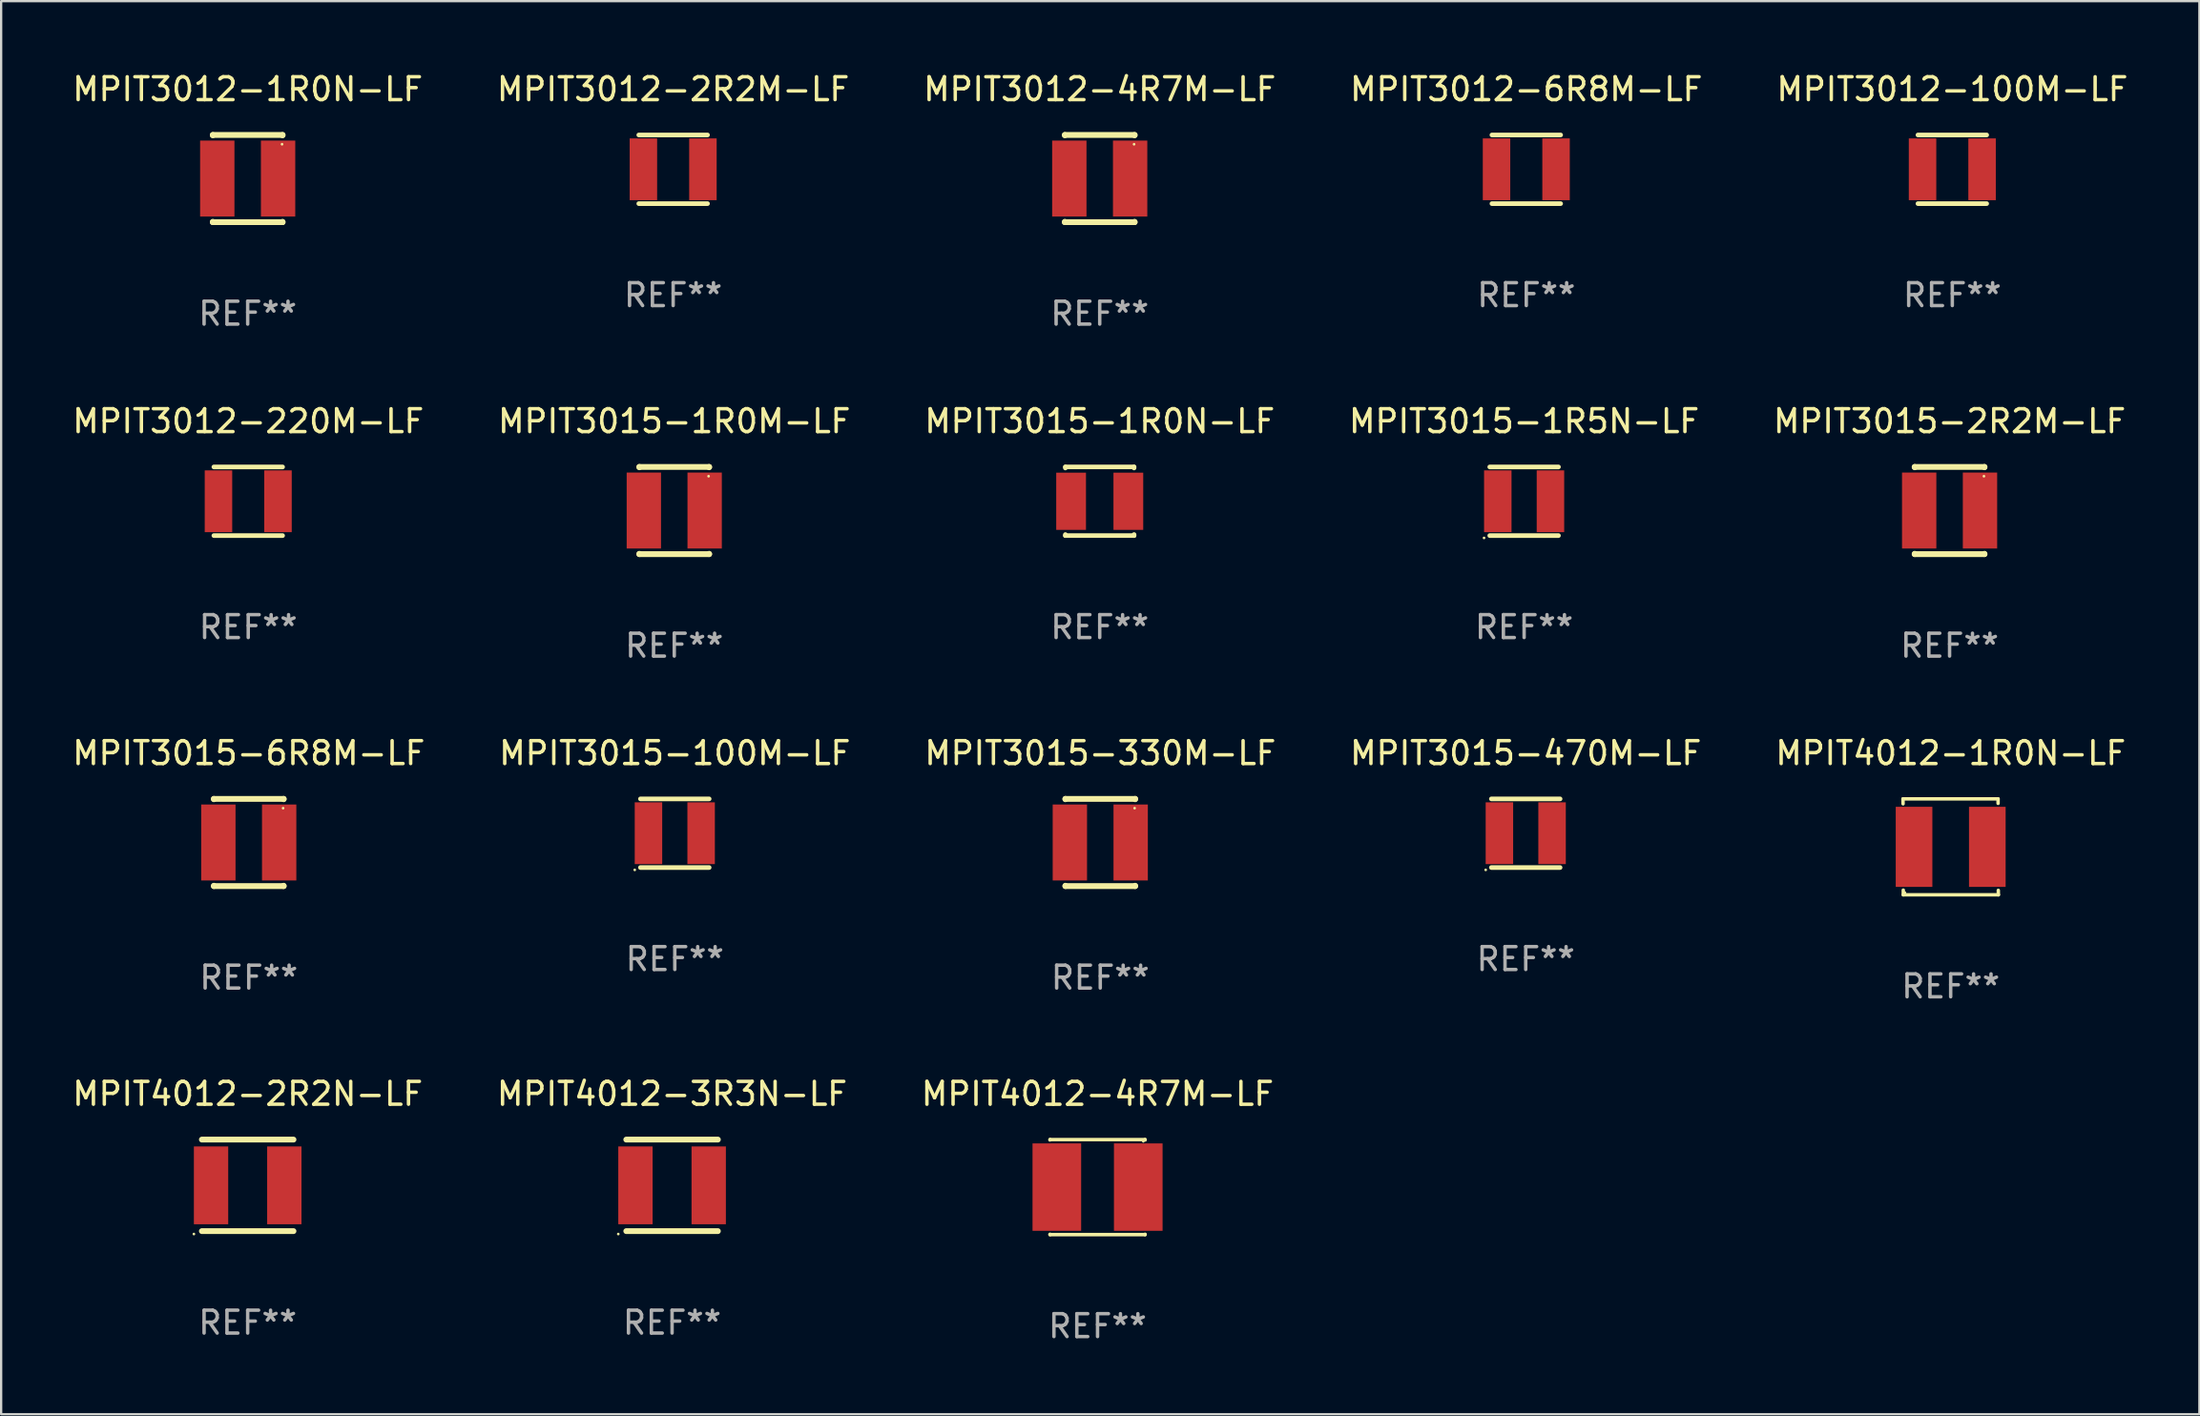
<source format=kicad_pcb>
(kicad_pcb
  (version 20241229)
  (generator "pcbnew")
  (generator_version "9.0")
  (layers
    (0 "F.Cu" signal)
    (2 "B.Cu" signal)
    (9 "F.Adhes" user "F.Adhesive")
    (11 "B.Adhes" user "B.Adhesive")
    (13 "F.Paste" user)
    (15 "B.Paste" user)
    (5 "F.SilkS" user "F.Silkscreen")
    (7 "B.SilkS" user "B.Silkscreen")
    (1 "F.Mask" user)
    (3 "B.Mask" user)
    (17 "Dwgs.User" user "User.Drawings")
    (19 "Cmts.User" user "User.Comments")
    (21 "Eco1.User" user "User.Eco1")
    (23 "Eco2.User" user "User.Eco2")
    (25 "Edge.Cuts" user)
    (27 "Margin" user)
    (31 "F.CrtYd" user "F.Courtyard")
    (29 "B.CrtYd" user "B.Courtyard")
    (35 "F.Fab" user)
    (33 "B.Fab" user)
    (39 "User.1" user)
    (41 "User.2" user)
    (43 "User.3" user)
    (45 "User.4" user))
  (footprint "MPIT3015-1R0N-LF"
    (layer "F.Cu")
    (at 44.982 18.855)
    (property "Reference" "MPIT3015-1R0N-LF" (at 0 -3.5 0) (layer "F.SilkS") (effects (font (size 1 1) (thickness 0.15))))
    (attr through_hole)
    (fp_line (start -1.5 -1.5) (end -1.5 -1.454) (stroke (width 0.2) (type solid)) (layer "F.SilkS"))
    (fp_line (start -1.5 -1.5) (end 1.5 -1.5) (stroke (width 0.2) (type solid)) (layer "F.SilkS"))
    (fp_line (start -1.5 1.454) (end -1.5 1.5) (stroke (width 0.2) (type solid)) (layer "F.SilkS"))
    (fp_line (start -1.5 1.5) (end 1.5 1.5) (stroke (width 0.2) (type solid)) (layer "F.SilkS"))
    (fp_line (start 1.5 -1.454) (end 1.5 -1.5) (stroke (width 0.2) (type solid)) (layer "F.SilkS"))
    (fp_line (start 1.5 1.5) (end 1.5 1.454) (stroke (width 0.2) (type solid)) (layer "F.SilkS"))
    (fp_circle (center -1.5 1.5) (end -1.47 1.5) (stroke (width 0.06) (type solid)) (fill no) (layer "F.SilkS"))
    (fp_text user "REF**" (at 0 5.5 0) (layer "F.Fab") (effects (font (size 1 1) (thickness 0.15))))
    (pad "1" smd rect (at -1.25 0) (size 1.3 2.5) (layers "F.Cu" "F.Mask" "F.Paste"))
    (pad "2" smd rect (at 1.25 0) (size 1.3 2.5) (layers "F.Cu" "F.Mask" "F.Paste")))
  (footprint "MPIT3015-1R0M-LF"
    (layer "F.Cu")
    (at 26.399 19.26)
    (property "Reference" "MPIT3015-1R0M-LF" (at 0 -3.905 0) (layer "F.SilkS") (effects (font (size 1 1) (thickness 0.15))))
    (attr through_hole)
    (fp_line (start -1.524 -1.905) (end 1.524 -1.905) (stroke (width 0.254) (type solid)) (layer "F.SilkS"))
    (fp_line (start -1.524 -1.891) (end -1.524 -1.905) (stroke (width 0.254) (type solid)) (layer "F.SilkS"))
    (fp_line (start -1.524 1.905) (end -1.524 1.891) (stroke (width 0.254) (type solid)) (layer "F.SilkS"))
    (fp_line (start -1.524 1.905) (end 1.524 1.905) (stroke (width 0.254) (type solid)) (layer "F.SilkS"))
    (fp_line (start 1.524 -1.905) (end 1.524 -1.891) (stroke (width 0.254) (type solid)) (layer "F.SilkS"))
    (fp_line (start 1.524 1.891) (end 1.524 1.905) (stroke (width 0.254) (type solid)) (layer "F.SilkS"))
    (fp_circle (center 1.5 -1.5) (end 1.53 -1.5) (stroke (width 0.06) (type solid)) (fill no) (layer "F.SilkS"))
    (fp_text user "REF**" (at 0 5.905 0) (layer "F.Fab") (effects (font (size 1 1) (thickness 0.15))))
    (pad "1" smd rect (at 1.328 0) (size 1.5 3.32) (layers "F.Cu" "F.Mask" "F.Paste"))
    (pad "2" smd rect (at -1.328 0) (size 1.5 3.32) (layers "F.Cu" "F.Mask" "F.Paste")))
  (footprint "MPIT3015-1R5N-LF"
    (layer "F.Cu")
    (at 63.518 18.855)
    (property "Reference" "MPIT3015-1R5N-LF" (at 0 -3.5 0) (layer "F.SilkS") (effects (font (size 1 1) (thickness 0.15))))
    (attr through_hole)
    (fp_line (start -1.5 -1.5) (end 1.5 -1.5) (stroke (width 0.203) (type solid)) (layer "F.SilkS"))
    (fp_line (start -1.5 1.5) (end 1.5 1.5) (stroke (width 0.203) (type solid)) (layer "F.SilkS"))
    (fp_circle (center -1.75 1.602) (end -1.72 1.602) (stroke (width 0.06) (type solid)) (fill no) (layer "F.SilkS"))
    (fp_text user "REF**" (at 0 5.5 0) (layer "F.Fab") (effects (font (size 1 1) (thickness 0.15))))
    (pad "1" smd rect (at -1.15 0 180) (size 1.2 2.7) (layers "F.Cu" "F.Mask" "F.Paste"))
    (pad "2" smd rect (at 1.15 0 180) (size 1.2 2.7) (layers "F.Cu" "F.Mask" "F.Paste")))
  (footprint "MPIT4012-2R2N-LF"
    (layer "F.Cu")
    (at 7.768 48.749)
    (property "Reference" "MPIT4012-2R2N-LF" (at 0 -4 0) (layer "F.SilkS") (effects (font (size 1 1) (thickness 0.15))))
    (attr through_hole)
    (fp_line (start -2 -2) (end 2 -2) (stroke (width 0.254) (type solid)) (layer "F.SilkS"))
    (fp_line (start -2 2) (end 2 2) (stroke (width 0.254) (type solid)) (layer "F.SilkS"))
    (fp_circle (center -2.35 2.127) (end -2.32 2.127) (stroke (width 0.06) (type solid)) (fill no) (layer "F.SilkS"))
    (fp_text user "REF**" (at 0 6 0) (layer "F.Fab") (effects (font (size 1 1) (thickness 0.15))))
    (pad "1" smd rect (at -1.6 0 90) (size 3.4 1.5) (layers "F.Cu" "F.Mask" "F.Paste"))
    (pad "2" smd rect (at 1.6 0 90) (size 3.4 1.5) (layers "F.Cu" "F.Mask" "F.Paste")))
  (footprint "MPIT4012-3R3N-LF"
    (layer "F.Cu")
    (at 26.304 48.749)
    (property "Reference" "MPIT4012-3R3N-LF" (at 0 -4 0) (layer "F.SilkS") (effects (font (size 1 1) (thickness 0.15))))
    (attr through_hole)
    (fp_line (start -2 -2) (end 2 -2) (stroke (width 0.254) (type solid)) (layer "F.SilkS"))
    (fp_line (start -2 2) (end 2 2) (stroke (width 0.254) (type solid)) (layer "F.SilkS"))
    (fp_circle (center -2.35 2.127) (end -2.32 2.127) (stroke (width 0.06) (type solid)) (fill no) (layer "F.SilkS"))
    (fp_text user "REF**" (at 0 6 0) (layer "F.Fab") (effects (font (size 1 1) (thickness 0.15))))
    (pad "1" smd rect (at -1.6 0 90) (size 3.4 1.5) (layers "F.Cu" "F.Mask" "F.Paste"))
    (pad "2" smd rect (at 1.6 0 90) (size 3.4 1.5) (layers "F.Cu" "F.Mask" "F.Paste")))
  (footprint "MPIT3015-6R8M-LF"
    (layer "F.Cu")
    (at 7.815 33.766)
    (property "Reference" "MPIT3015-6R8M-LF" (at 0 -3.905 0) (layer "F.SilkS") (effects (font (size 1 1) (thickness 0.15))))
    (attr through_hole)
    (fp_line (start -1.524 -1.905) (end 1.524 -1.905) (stroke (width 0.254) (type solid)) (layer "F.SilkS"))
    (fp_line (start -1.524 -1.891) (end -1.524 -1.905) (stroke (width 0.254) (type solid)) (layer "F.SilkS"))
    (fp_line (start -1.524 1.905) (end -1.524 1.891) (stroke (width 0.254) (type solid)) (layer "F.SilkS"))
    (fp_line (start -1.524 1.905) (end 1.524 1.905) (stroke (width 0.254) (type solid)) (layer "F.SilkS"))
    (fp_line (start 1.524 -1.905) (end 1.524 -1.891) (stroke (width 0.254) (type solid)) (layer "F.SilkS"))
    (fp_line (start 1.524 1.891) (end 1.524 1.905) (stroke (width 0.254) (type solid)) (layer "F.SilkS"))
    (fp_circle (center 1.5 -1.5) (end 1.53 -1.5) (stroke (width 0.06) (type solid)) (fill no) (layer "F.SilkS"))
    (fp_text user "REF**" (at 0 5.905 0) (layer "F.Fab") (effects (font (size 1 1) (thickness 0.15))))
    (pad "1" smd rect (at 1.328 0) (size 1.5 3.32) (layers "F.Cu" "F.Mask" "F.Paste"))
    (pad "2" smd rect (at -1.328 0) (size 1.5 3.32) (layers "F.Cu" "F.Mask" "F.Paste")))
  (footprint "MPIT3012-1R0N-LF"
    (layer "F.Cu")
    (at 7.768 4.753)
    (property "Reference" "MPIT3012-1R0N-LF" (at 0 -3.905 0) (layer "F.SilkS") (effects (font (size 1 1) (thickness 0.15))))
    (attr through_hole)
    (fp_line (start -1.524 -1.905) (end 1.524 -1.905) (stroke (width 0.254) (type solid)) (layer "F.SilkS"))
    (fp_line (start -1.524 -1.891) (end -1.524 -1.905) (stroke (width 0.254) (type solid)) (layer "F.SilkS"))
    (fp_line (start -1.524 1.905) (end -1.524 1.891) (stroke (width 0.254) (type solid)) (layer "F.SilkS"))
    (fp_line (start -1.524 1.905) (end 1.524 1.905) (stroke (width 0.254) (type solid)) (layer "F.SilkS"))
    (fp_line (start 1.524 -1.905) (end 1.524 -1.891) (stroke (width 0.254) (type solid)) (layer "F.SilkS"))
    (fp_line (start 1.524 1.891) (end 1.524 1.905) (stroke (width 0.254) (type solid)) (layer "F.SilkS"))
    (fp_circle (center 1.5 -1.5) (end 1.53 -1.5) (stroke (width 0.06) (type solid)) (fill no) (layer "F.SilkS"))
    (fp_text user "REF**" (at 0 5.905 0) (layer "F.Fab") (effects (font (size 1 1) (thickness 0.15))))
    (pad "1" smd rect (at 1.328 0) (size 1.5 3.32) (layers "F.Cu" "F.Mask" "F.Paste"))
    (pad "2" smd rect (at -1.328 0) (size 1.5 3.32) (layers "F.Cu" "F.Mask" "F.Paste")))
  (footprint "MPIT4012-1R0N-LF"
    (layer "F.Cu")
    (at 82.149 33.957)
    (property "Reference" "MPIT4012-1R0N-LF" (at 0 -4.096 0) (layer "F.SilkS") (effects (font (size 1 1) (thickness 0.15))))
    (attr through_hole)
    (fp_line (start -2.083 -2.096) (end -2.08 -1.88) (stroke (width 0.15) (type solid)) (layer "F.SilkS"))
    (fp_line (start -2.07 1.89) (end -2.07 2.096) (stroke (width 0.15) (type solid)) (layer "F.SilkS"))
    (fp_line (start -2.07 2.096) (end 2.083 2.096) (stroke (width 0.15) (type solid)) (layer "F.SilkS"))
    (fp_line (start 2.07 -1.9) (end 2.07 -2.096) (stroke (width 0.15) (type solid)) (layer "F.SilkS"))
    (fp_line (start 2.07 -2.096) (end -2.083 -2.096) (stroke (width 0.15) (type solid)) (layer "F.SilkS"))
    (fp_line (start 2.083 2.096) (end 2.08 1.9) (stroke (width 0.15) (type solid)) (layer "F.SilkS"))
    (fp_circle (center -2 2) (end -1.97 2) (stroke (width 0.06) (type solid)) (fill no) (layer "F.SilkS"))
    (fp_text user "REF**" (at 0 6.096 0) (layer "F.Fab") (effects (font (size 1 1) (thickness 0.15))))
    (pad "1" smd rect (at -1.6 -0.000343) (size 1.6 3.5) (layers "F.Cu" "F.Mask" "F.Paste"))
    (pad "2" smd rect (at 1.6 -0.000343) (size 1.6 3.5) (layers "F.Cu" "F.Mask" "F.Paste")))
  (footprint "MPIT3012-2R2M-LF"
    (layer "F.Cu")
    (at 26.351 4.348)
    (property "Reference" "MPIT3012-2R2M-LF" (at 0 -3.5 0) (layer "F.SilkS") (effects (font (size 1 1) (thickness 0.15))))
    (attr through_hole)
    (fp_line (start -1.5 -1.5) (end 1.5 -1.5) (stroke (width 0.203) (type solid)) (layer "F.SilkS"))
    (fp_line (start -1.5 1.5) (end 1.5 1.5) (stroke (width 0.203) (type solid)) (layer "F.SilkS"))
    (fp_circle (center -1.5 1.5) (end -1.47 1.5) (stroke (width 0.06) (type solid)) (fill no) (layer "F.SilkS"))
    (fp_text user "REF**" (at 0 5.5 0) (layer "F.Fab") (effects (font (size 1 1) (thickness 0.15))))
    (pad "1" smd rect (at -1.3 0 180) (size 1.2 2.7) (layers "F.Cu" "F.Mask" "F.Paste"))
    (pad "2" smd rect (at 1.3 0 180) (size 1.2 2.7) (layers "F.Cu" "F.Mask" "F.Paste")))
  (footprint "MPIT3012-100M-LF"
    (layer "F.Cu")
    (at 82.22 4.348)
    (property "Reference" "MPIT3012-100M-LF" (at 0 -3.5 0) (layer "F.SilkS") (effects (font (size 1 1) (thickness 0.15))))
    (attr through_hole)
    (fp_line (start -1.5 -1.5) (end 1.5 -1.5) (stroke (width 0.203) (type solid)) (layer "F.SilkS"))
    (fp_line (start -1.5 1.5) (end 1.5 1.5) (stroke (width 0.203) (type solid)) (layer "F.SilkS"))
    (fp_circle (center -1.5 1.5) (end -1.47 1.5) (stroke (width 0.06) (type solid)) (fill no) (layer "F.SilkS"))
    (fp_text user "REF**" (at 0 5.5 0) (layer "F.Fab") (effects (font (size 1 1) (thickness 0.15))))
    (pad "1" smd rect (at -1.3 0 180) (size 1.2 2.7) (layers "F.Cu" "F.Mask" "F.Paste"))
    (pad "2" smd rect (at 1.3 0 180) (size 1.2 2.7) (layers "F.Cu" "F.Mask" "F.Paste")))
  (footprint "MPIT3015-100M-LF"
    (layer "F.Cu")
    (at 26.423 33.361)
    (property "Reference" "MPIT3015-100M-LF" (at 0 -3.5 0) (layer "F.SilkS") (effects (font (size 1 1) (thickness 0.15))))
    (attr through_hole)
    (fp_line (start -1.5 -1.5) (end 1.5 -1.5) (stroke (width 0.203) (type solid)) (layer "F.SilkS"))
    (fp_line (start -1.5 1.5) (end 1.5 1.5) (stroke (width 0.203) (type solid)) (layer "F.SilkS"))
    (fp_circle (center -1.75 1.602) (end -1.72 1.602) (stroke (width 0.06) (type solid)) (fill no) (layer "F.SilkS"))
    (fp_text user "REF**" (at 0 5.5 0) (layer "F.Fab") (effects (font (size 1 1) (thickness 0.15))))
    (pad "1" smd rect (at -1.15 0 180) (size 1.2 2.7) (layers "F.Cu" "F.Mask" "F.Paste"))
    (pad "2" smd rect (at 1.15 0 180) (size 1.2 2.7) (layers "F.Cu" "F.Mask" "F.Paste")))
  (footprint "MPIT3015-330M-LF"
    (layer "F.Cu")
    (at 45.006 33.766)
    (property "Reference" "MPIT3015-330M-LF" (at 0 -3.905 0) (layer "F.SilkS") (effects (font (size 1 1) (thickness 0.15))))
    (attr through_hole)
    (fp_line (start -1.524 -1.905) (end 1.524 -1.905) (stroke (width 0.254) (type solid)) (layer "F.SilkS"))
    (fp_line (start -1.524 -1.891) (end -1.524 -1.905) (stroke (width 0.254) (type solid)) (layer "F.SilkS"))
    (fp_line (start -1.524 1.905) (end -1.524 1.891) (stroke (width 0.254) (type solid)) (layer "F.SilkS"))
    (fp_line (start -1.524 1.905) (end 1.524 1.905) (stroke (width 0.254) (type solid)) (layer "F.SilkS"))
    (fp_line (start 1.524 -1.905) (end 1.524 -1.891) (stroke (width 0.254) (type solid)) (layer "F.SilkS"))
    (fp_line (start 1.524 1.891) (end 1.524 1.905) (stroke (width 0.254) (type solid)) (layer "F.SilkS"))
    (fp_circle (center 1.5 -1.5) (end 1.53 -1.5) (stroke (width 0.06) (type solid)) (fill no) (layer "F.SilkS"))
    (fp_text user "REF**" (at 0 5.905 0) (layer "F.Fab") (effects (font (size 1 1) (thickness 0.15))))
    (pad "1" smd rect (at 1.328 0) (size 1.5 3.32) (layers "F.Cu" "F.Mask" "F.Paste"))
    (pad "2" smd rect (at -1.328 0) (size 1.5 3.32) (layers "F.Cu" "F.Mask" "F.Paste")))
  (footprint "MPIT3012-4R7M-LF"
    (layer "F.Cu")
    (at 44.982 4.753)
    (property "Reference" "MPIT3012-4R7M-LF" (at 0 -3.905 0) (layer "F.SilkS") (effects (font (size 1 1) (thickness 0.15))))
    (attr through_hole)
    (fp_line (start -1.524 -1.905) (end 1.524 -1.905) (stroke (width 0.254) (type solid)) (layer "F.SilkS"))
    (fp_line (start -1.524 -1.891) (end -1.524 -1.905) (stroke (width 0.254) (type solid)) (layer "F.SilkS"))
    (fp_line (start -1.524 1.905) (end -1.524 1.891) (stroke (width 0.254) (type solid)) (layer "F.SilkS"))
    (fp_line (start -1.524 1.905) (end 1.524 1.905) (stroke (width 0.254) (type solid)) (layer "F.SilkS"))
    (fp_line (start 1.524 -1.905) (end 1.524 -1.891) (stroke (width 0.254) (type solid)) (layer "F.SilkS"))
    (fp_line (start 1.524 1.891) (end 1.524 1.905) (stroke (width 0.254) (type solid)) (layer "F.SilkS"))
    (fp_circle (center 1.5 -1.5) (end 1.53 -1.5) (stroke (width 0.06) (type solid)) (fill no) (layer "F.SilkS"))
    (fp_text user "REF**" (at 0 5.905 0) (layer "F.Fab") (effects (font (size 1 1) (thickness 0.15))))
    (pad "1" smd rect (at 1.328 0) (size 1.5 3.32) (layers "F.Cu" "F.Mask" "F.Paste"))
    (pad "2" smd rect (at -1.328 0) (size 1.5 3.32) (layers "F.Cu" "F.Mask" "F.Paste")))
  (footprint "MPIT3015-2R2M-LF"
    (layer "F.Cu")
    (at 82.101 19.26)
    (property "Reference" "MPIT3015-2R2M-LF" (at 0 -3.905 0) (layer "F.SilkS") (effects (font (size 1 1) (thickness 0.15))))
    (attr through_hole)
    (fp_line (start -1.524 -1.905) (end 1.524 -1.905) (stroke (width 0.254) (type solid)) (layer "F.SilkS"))
    (fp_line (start -1.524 -1.891) (end -1.524 -1.905) (stroke (width 0.254) (type solid)) (layer "F.SilkS"))
    (fp_line (start -1.524 1.905) (end -1.524 1.891) (stroke (width 0.254) (type solid)) (layer "F.SilkS"))
    (fp_line (start -1.524 1.905) (end 1.524 1.905) (stroke (width 0.254) (type solid)) (layer "F.SilkS"))
    (fp_line (start 1.524 -1.905) (end 1.524 -1.891) (stroke (width 0.254) (type solid)) (layer "F.SilkS"))
    (fp_line (start 1.524 1.891) (end 1.524 1.905) (stroke (width 0.254) (type solid)) (layer "F.SilkS"))
    (fp_circle (center 1.5 -1.5) (end 1.53 -1.5) (stroke (width 0.06) (type solid)) (fill no) (layer "F.SilkS"))
    (fp_text user "REF**" (at 0 5.905 0) (layer "F.Fab") (effects (font (size 1 1) (thickness 0.15))))
    (pad "1" smd rect (at 1.328 0) (size 1.5 3.32) (layers "F.Cu" "F.Mask" "F.Paste"))
    (pad "2" smd rect (at -1.328 0) (size 1.5 3.32) (layers "F.Cu" "F.Mask" "F.Paste")))
  (footprint "MPIT4012-4R7M-LF"
    (layer "F.Cu")
    (at 44.887 48.826)
    (property "Reference" "MPIT4012-4R7M-LF" (at 0 -4.076 0) (layer "F.SilkS") (effects (font (size 1 1) (thickness 0.15))))
    (attr through_hole)
    (fp_line (start -2.076 -2.076) (end 2.076 -2.076) (stroke (width 0.152) (type solid)) (layer "F.SilkS"))
    (fp_line (start -2.076 -2.062) (end -2.076 -2.076) (stroke (width 0.152) (type solid)) (layer "F.SilkS"))
    (fp_line (start -2.076 2.062) (end -2.076 2.076) (stroke (width 0.152) (type solid)) (layer "F.SilkS"))
    (fp_line (start -2.076 2.076) (end 2.076 2.076) (stroke (width 0.152) (type solid)) (layer "F.SilkS"))
    (fp_line (start 2.076 -2.076) (end 2.076 -2.062) (stroke (width 0.152) (type solid)) (layer "F.SilkS"))
    (fp_line (start 2.076 2.076) (end 2.076 2.062) (stroke (width 0.152) (type solid)) (layer "F.SilkS"))
    (fp_circle (center 2 -2) (end 2.03 -2) (stroke (width 0.06) (type solid)) (fill no) (layer "F.SilkS"))
    (fp_text user "REF**" (at 0 6.076 0) (layer "F.Fab") (effects (font (size 1 1) (thickness 0.15))))
    (pad "1" smd rect (at 1.778 0) (size 2.124 3.82) (layers "F.Cu" "F.Mask" "F.Paste"))
    (pad "2" smd rect (at -1.778 0) (size 2.124 3.82) (layers "F.Cu" "F.Mask" "F.Paste")))
  (footprint "MPIT3015-470M-LF"
    (layer "F.Cu")
    (at 63.589 33.361)
    (property "Reference" "MPIT3015-470M-LF" (at 0 -3.5 0) (layer "F.SilkS") (effects (font (size 1 1) (thickness 0.15))))
    (attr through_hole)
    (fp_line (start -1.5 -1.5) (end 1.5 -1.5) (stroke (width 0.203) (type solid)) (layer "F.SilkS"))
    (fp_line (start -1.5 1.5) (end 1.5 1.5) (stroke (width 0.203) (type solid)) (layer "F.SilkS"))
    (fp_circle (center -1.75 1.602) (end -1.72 1.602) (stroke (width 0.06) (type solid)) (fill no) (layer "F.SilkS"))
    (fp_text user "REF**" (at 0 5.5 0) (layer "F.Fab") (effects (font (size 1 1) (thickness 0.15))))
    (pad "1" smd rect (at -1.15 0 180) (size 1.2 2.7) (layers "F.Cu" "F.Mask" "F.Paste"))
    (pad "2" smd rect (at 1.15 0 180) (size 1.2 2.7) (layers "F.Cu" "F.Mask" "F.Paste")))
  (footprint "MPIT3012-220M-LF"
    (layer "F.Cu")
    (at 7.792 18.855)
    (property "Reference" "MPIT3012-220M-LF" (at 0 -3.5 0) (layer "F.SilkS") (effects (font (size 1 1) (thickness 0.15))))
    (attr through_hole)
    (fp_line (start -1.5 -1.5) (end 1.5 -1.5) (stroke (width 0.203) (type solid)) (layer "F.SilkS"))
    (fp_line (start -1.5 1.5) (end 1.5 1.5) (stroke (width 0.203) (type solid)) (layer "F.SilkS"))
    (fp_circle (center -1.5 1.5) (end -1.47 1.5) (stroke (width 0.06) (type solid)) (fill no) (layer "F.SilkS"))
    (fp_text user "REF**" (at 0 5.5 0) (layer "F.Fab") (effects (font (size 1 1) (thickness 0.15))))
    (pad "1" smd rect (at -1.3 0 180) (size 1.2 2.7) (layers "F.Cu" "F.Mask" "F.Paste"))
    (pad "2" smd rect (at 1.3 0 180) (size 1.2 2.7) (layers "F.Cu" "F.Mask" "F.Paste")))
  (footprint "MPIT3012-6R8M-LF"
    (layer "F.Cu")
    (at 63.613 4.348)
    (property "Reference" "MPIT3012-6R8M-LF" (at 0 -3.5 0) (layer "F.SilkS") (effects (font (size 1 1) (thickness 0.15))))
    (attr through_hole)
    (fp_line (start -1.5 -1.5) (end 1.5 -1.5) (stroke (width 0.203) (type solid)) (layer "F.SilkS"))
    (fp_line (start -1.5 1.5) (end 1.5 1.5) (stroke (width 0.203) (type solid)) (layer "F.SilkS"))
    (fp_circle (center -1.5 1.5) (end -1.47 1.5) (stroke (width 0.06) (type solid)) (fill no) (layer "F.SilkS"))
    (fp_text user "REF**" (at 0 5.5 0) (layer "F.Fab") (effects (font (size 1 1) (thickness 0.15))))
    (pad "1" smd rect (at -1.3 0 180) (size 1.2 2.7) (layers "F.Cu" "F.Mask" "F.Paste"))
    (pad "2" smd rect (at 1.3 0 180) (size 1.2 2.7) (layers "F.Cu" "F.Mask" "F.Paste")))
  (gr_rect
    (start -3 -3)
    (end 93.012 58.75)
    (stroke (width 0.1) (type default))
    (fill no)
    (layer "Edge.Cuts")))
</source>
